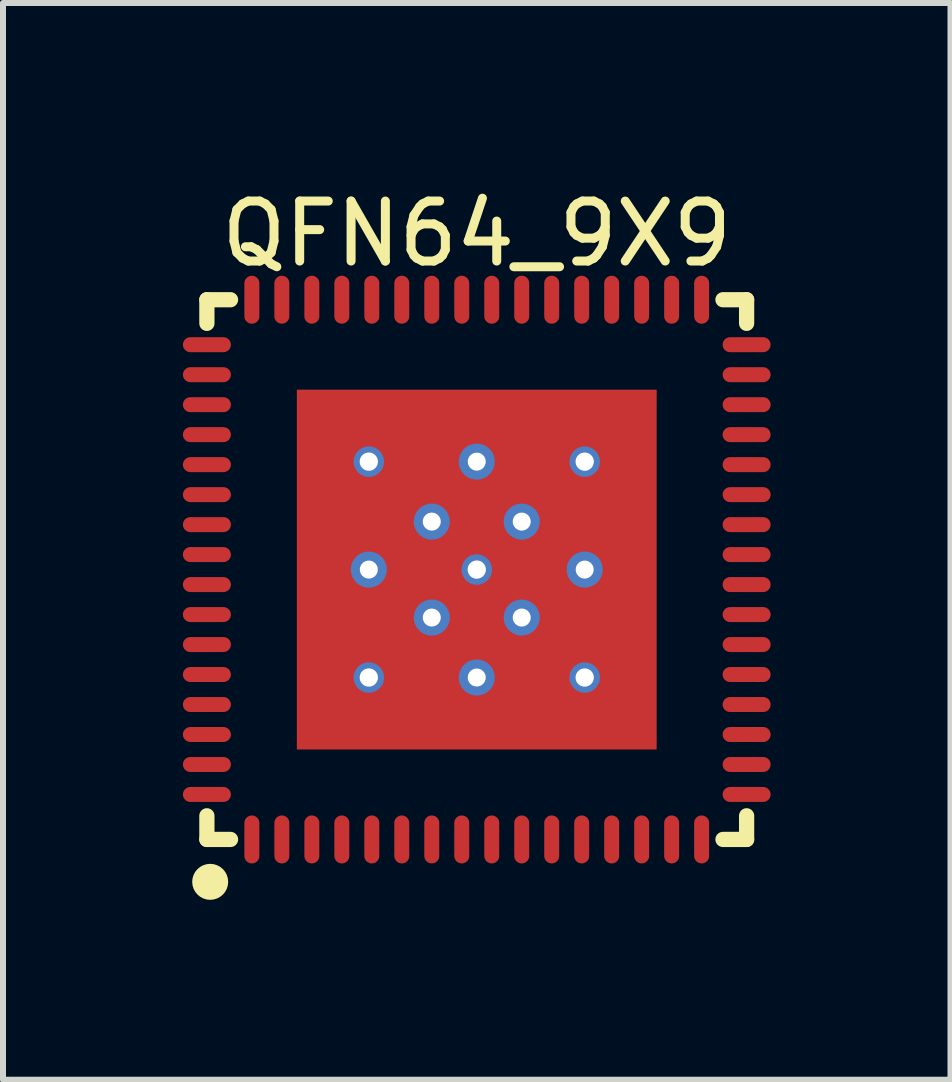
<source format=kicad_pcb>
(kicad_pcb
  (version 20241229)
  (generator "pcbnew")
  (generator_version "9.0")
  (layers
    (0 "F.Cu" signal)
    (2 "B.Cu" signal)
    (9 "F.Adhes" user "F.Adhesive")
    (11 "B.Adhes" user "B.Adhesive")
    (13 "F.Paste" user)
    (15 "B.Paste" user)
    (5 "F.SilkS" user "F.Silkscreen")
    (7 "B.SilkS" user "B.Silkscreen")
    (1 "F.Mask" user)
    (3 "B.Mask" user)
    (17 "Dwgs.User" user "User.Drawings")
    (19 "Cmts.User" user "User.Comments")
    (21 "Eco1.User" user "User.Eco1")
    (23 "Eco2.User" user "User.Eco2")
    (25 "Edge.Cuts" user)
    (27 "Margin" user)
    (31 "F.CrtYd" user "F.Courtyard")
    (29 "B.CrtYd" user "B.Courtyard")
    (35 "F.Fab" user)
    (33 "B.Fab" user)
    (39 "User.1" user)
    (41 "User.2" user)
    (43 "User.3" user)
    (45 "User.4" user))
  (footprint "QFN64_9X9"
    (layer "F.Cu")
    (at 4.9 6.448)
    (property "Reference" "QFN64_9X9" (at -0.00013 -5.6 0) (layer "F.SilkS") (effects (font (size 1 1) (thickness 0.15))))
    (fp_line (start -4.5 -4.5) (end -4.106 -4.5) (stroke (width 0.254) (type solid)) (layer "F.SilkS"))
    (fp_line (start -4.5 -4.106) (end -4.5 -4.5) (stroke (width 0.254) (type solid)) (layer "F.SilkS"))
    (fp_line (start -4.5 4.5) (end -4.5 4.106) (stroke (width 0.254) (type solid)) (layer "F.SilkS"))
    (fp_line (start -4.5 4.5) (end -4.106 4.5) (stroke (width 0.254) (type solid)) (layer "F.SilkS"))
    (fp_line (start 4.106 -4.5) (end 4.5 -4.5) (stroke (width 0.254) (type solid)) (layer "F.SilkS"))
    (fp_line (start 4.106 4.5) (end 4.5 4.5) (stroke (width 0.254) (type solid)) (layer "F.SilkS"))
    (fp_line (start 4.5 -4.106) (end 4.5 -4.5) (stroke (width 0.254) (type solid)) (layer "F.SilkS"))
    (fp_line (start 4.5 4.5) (end 4.5 4.106) (stroke (width 0.254) (type solid)) (layer "F.SilkS"))
    (fp_arc (start -4.443469 5.057008) (mid -4.445 5.357) (end -4.44653 5.057008) (stroke (width 0.3) (type solid)) (layer "F.SilkS"))
    (fp_line (start -4.5 -4.5) (end 4.5 -4.5) (stroke (width 0.051) (type solid)) (layer "Eco2.User"))
    (fp_line (start -4.5 4.5) (end -4.5 -4.5) (stroke (width 0.051) (type solid)) (layer "Eco2.User"))
    (fp_line (start -4.5 4.5) (end 4.5 4.5) (stroke (width 0.051) (type solid)) (layer "Eco2.User"))
    (fp_line (start 4.5 4.5) (end 4.5 -4.5) (stroke (width 0.051) (type solid)) (layer "Eco2.User"))
    (fp_poly (pts (xy -4.5 -3.87) (xy -4.1 -3.87) (xy -4.1 -3.63) (xy -4.5 -3.63)) (stroke (width 0.1) (type default)) (fill no) (layer "Eco2.User"))
    (fp_poly (pts (xy -4.5 -3.37) (xy -4.1 -3.37) (xy -4.1 -3.13) (xy -4.5 -3.13)) (stroke (width 0.1) (type default)) (fill no) (layer "Eco2.User"))
    (fp_poly (pts (xy -4.5 -2.87) (xy -4.1 -2.87) (xy -4.1 -2.63) (xy -4.5 -2.63)) (stroke (width 0.1) (type default)) (fill no) (layer "Eco2.User"))
    (fp_poly (pts (xy -4.5 -2.37) (xy -4.1 -2.37) (xy -4.1 -2.13) (xy -4.5 -2.13)) (stroke (width 0.1) (type default)) (fill no) (layer "Eco2.User"))
    (fp_poly (pts (xy -4.5 -1.87) (xy -4.1 -1.87) (xy -4.1 -1.63) (xy -4.5 -1.63)) (stroke (width 0.1) (type default)) (fill no) (layer "Eco2.User"))
    (fp_poly (pts (xy -4.5 -1.37) (xy -4.1 -1.37) (xy -4.1 -1.13) (xy -4.5 -1.13)) (stroke (width 0.1) (type default)) (fill no) (layer "Eco2.User"))
    (fp_poly (pts (xy -4.5 -0.87) (xy -4.1 -0.87) (xy -4.1 -0.63) (xy -4.5 -0.63)) (stroke (width 0.1) (type default)) (fill no) (layer "Eco2.User"))
    (fp_poly (pts (xy -4.5 -0.37) (xy -4.1 -0.37) (xy -4.1 -0.13) (xy -4.5 -0.13)) (stroke (width 0.1) (type default)) (fill no) (layer "Eco2.User"))
    (fp_poly (pts (xy -4.5 0.13) (xy -4.1 0.13) (xy -4.1 0.37) (xy -4.5 0.37)) (stroke (width 0.1) (type default)) (fill no) (layer "Eco2.User"))
    (fp_poly (pts (xy -4.5 0.63) (xy -4.1 0.63) (xy -4.1 0.87) (xy -4.5 0.87)) (stroke (width 0.1) (type default)) (fill no) (layer "Eco2.User"))
    (fp_poly (pts (xy -4.5 1.13) (xy -4.1 1.13) (xy -4.1 1.37) (xy -4.5 1.37)) (stroke (width 0.1) (type default)) (fill no) (layer "Eco2.User"))
    (fp_poly (pts (xy -4.5 1.63) (xy -4.1 1.63) (xy -4.1 1.87) (xy -4.5 1.87)) (stroke (width 0.1) (type default)) (fill no) (layer "Eco2.User"))
    (fp_poly (pts (xy -4.5 2.13) (xy -4.1 2.13) (xy -4.1 2.37) (xy -4.5 2.37)) (stroke (width 0.1) (type default)) (fill no) (layer "Eco2.User"))
    (fp_poly (pts (xy -4.5 2.63) (xy -4.1 2.63) (xy -4.1 2.87) (xy -4.5 2.87)) (stroke (width 0.1) (type default)) (fill no) (layer "Eco2.User"))
    (fp_poly (pts (xy -4.5 3.13) (xy -4.1 3.13) (xy -4.1 3.37) (xy -4.5 3.37)) (stroke (width 0.1) (type default)) (fill no) (layer "Eco2.User"))
    (fp_poly (pts (xy -4.5 3.63) (xy -4.1 3.63) (xy -4.1 3.87) (xy -4.5 3.87)) (stroke (width 0.1) (type default)) (fill no) (layer "Eco2.User"))
    (fp_poly (pts (xy -3.87 4.5) (xy -3.87 4.1) (xy -3.63 4.1) (xy -3.63 4.5)) (stroke (width 0.1) (type default)) (fill no) (layer "Eco2.User"))
    (fp_poly (pts (xy -3.63 -4.5) (xy -3.63 -4.1) (xy -3.87 -4.1) (xy -3.87 -4.5)) (stroke (width 0.1) (type default)) (fill no) (layer "Eco2.User"))
    (fp_poly (pts (xy -3.37 4.5) (xy -3.37 4.1) (xy -3.13 4.1) (xy -3.13 4.5)) (stroke (width 0.1) (type default)) (fill no) (layer "Eco2.User"))
    (fp_poly (pts (xy -3.13 -4.5) (xy -3.13 -4.1) (xy -3.37 -4.1) (xy -3.37 -4.5)) (stroke (width 0.1) (type default)) (fill no) (layer "Eco2.User"))
    (fp_poly (pts (xy -2.87 4.5) (xy -2.87 4.1) (xy -2.63 4.1) (xy -2.63 4.5)) (stroke (width 0.1) (type default)) (fill no) (layer "Eco2.User"))
    (fp_poly (pts (xy -2.63 -4.5) (xy -2.63 -4.1) (xy -2.87 -4.1) (xy -2.87 -4.5)) (stroke (width 0.1) (type default)) (fill no) (layer "Eco2.User"))
    (fp_poly (pts (xy -2.37 4.5) (xy -2.37 4.1) (xy -2.13 4.1) (xy -2.13 4.5)) (stroke (width 0.1) (type default)) (fill no) (layer "Eco2.User"))
    (fp_poly (pts (xy -2.13 -4.5) (xy -2.13 -4.1) (xy -2.37 -4.1) (xy -2.37 -4.5)) (stroke (width 0.1) (type default)) (fill no) (layer "Eco2.User"))
    (fp_poly (pts (xy -1.87 4.5) (xy -1.87 4.1) (xy -1.63 4.1) (xy -1.63 4.5)) (stroke (width 0.1) (type default)) (fill no) (layer "Eco2.User"))
    (fp_poly (pts (xy -1.63 -4.5) (xy -1.63 -4.1) (xy -1.87 -4.1) (xy -1.87 -4.5)) (stroke (width 0.1) (type default)) (fill no) (layer "Eco2.User"))
    (fp_poly (pts (xy -1.37 4.5) (xy -1.37 4.1) (xy -1.13 4.1) (xy -1.13 4.5)) (stroke (width 0.1) (type default)) (fill no) (layer "Eco2.User"))
    (fp_poly (pts (xy -1.13 -4.5) (xy -1.13 -4.1) (xy -1.37 -4.1) (xy -1.37 -4.5)) (stroke (width 0.1) (type default)) (fill no) (layer "Eco2.User"))
    (fp_poly (pts (xy -0.87 4.5) (xy -0.87 4.1) (xy -0.63 4.1) (xy -0.63 4.5)) (stroke (width 0.1) (type default)) (fill no) (layer "Eco2.User"))
    (fp_poly (pts (xy -0.63 -4.5) (xy -0.63 -4.1) (xy -0.87 -4.1) (xy -0.87 -4.5)) (stroke (width 0.1) (type default)) (fill no) (layer "Eco2.User"))
    (fp_poly (pts (xy -0.37 4.5) (xy -0.37 4.1) (xy -0.13 4.1) (xy -0.13 4.5)) (stroke (width 0.1) (type default)) (fill no) (layer "Eco2.User"))
    (fp_poly (pts (xy -0.13 -4.5) (xy -0.13 -4.1) (xy -0.37 -4.1) (xy -0.37 -4.5)) (stroke (width 0.1) (type default)) (fill no) (layer "Eco2.User"))
    (fp_poly (pts (xy 0.13 4.5) (xy 0.13 4.1) (xy 0.37 4.1) (xy 0.37 4.5)) (stroke (width 0.1) (type default)) (fill no) (layer "Eco2.User"))
    (fp_poly (pts (xy 0.37 -4.5) (xy 0.37 -4.1) (xy 0.13 -4.1) (xy 0.13 -4.5)) (stroke (width 0.1) (type default)) (fill no) (layer "Eco2.User"))
    (fp_poly (pts (xy 0.63 4.5) (xy 0.63 4.1) (xy 0.87 4.1) (xy 0.87 4.5)) (stroke (width 0.1) (type default)) (fill no) (layer "Eco2.User"))
    (fp_poly (pts (xy 0.87 -4.5) (xy 0.87 -4.1) (xy 0.63 -4.1) (xy 0.63 -4.5)) (stroke (width 0.1) (type default)) (fill no) (layer "Eco2.User"))
    (fp_poly (pts (xy 1.13 4.5) (xy 1.13 4.1) (xy 1.37 4.1) (xy 1.37 4.5)) (stroke (width 0.1) (type default)) (fill no) (layer "Eco2.User"))
    (fp_poly (pts (xy 1.37 -4.5) (xy 1.37 -4.1) (xy 1.13 -4.1) (xy 1.13 -4.5)) (stroke (width 0.1) (type default)) (fill no) (layer "Eco2.User"))
    (fp_poly (pts (xy 1.63 4.5) (xy 1.63 4.1) (xy 1.87 4.1) (xy 1.87 4.5)) (stroke (width 0.1) (type default)) (fill no) (layer "Eco2.User"))
    (fp_poly (pts (xy 1.87 -4.5) (xy 1.87 -4.1) (xy 1.63 -4.1) (xy 1.63 -4.5)) (stroke (width 0.1) (type default)) (fill no) (layer "Eco2.User"))
    (fp_poly (pts (xy 2.13 4.5) (xy 2.13 4.1) (xy 2.37 4.1) (xy 2.37 4.5)) (stroke (width 0.1) (type default)) (fill no) (layer "Eco2.User"))
    (fp_poly (pts (xy 2.37 -4.5) (xy 2.37 -4.1) (xy 2.13 -4.1) (xy 2.13 -4.5)) (stroke (width 0.1) (type default)) (fill no) (layer "Eco2.User"))
    (fp_poly (pts (xy 2.63 4.5) (xy 2.63 4.1) (xy 2.87 4.1) (xy 2.87 4.5)) (stroke (width 0.1) (type default)) (fill no) (layer "Eco2.User"))
    (fp_poly (pts (xy 2.87 -4.5) (xy 2.87 -4.1) (xy 2.63 -4.1) (xy 2.63 -4.5)) (stroke (width 0.1) (type default)) (fill no) (layer "Eco2.User"))
    (fp_poly (pts (xy 3.13 4.5) (xy 3.13 4.1) (xy 3.37 4.1) (xy 3.37 4.5)) (stroke (width 0.1) (type default)) (fill no) (layer "Eco2.User"))
    (fp_poly (pts (xy 3.37 -4.5) (xy 3.37 -4.1) (xy 3.13 -4.1) (xy 3.13 -4.5)) (stroke (width 0.1) (type default)) (fill no) (layer "Eco2.User"))
    (fp_poly (pts (xy 3.63 4.5) (xy 3.63 4.1) (xy 3.87 4.1) (xy 3.87 4.5)) (stroke (width 0.1) (type default)) (fill no) (layer "Eco2.User"))
    (fp_poly (pts (xy 3.87 -4.5) (xy 3.87 -4.1) (xy 3.63 -4.1) (xy 3.63 -4.5)) (stroke (width 0.1) (type default)) (fill no) (layer "Eco2.User"))
    (fp_poly (pts (xy 4.5 -3.63) (xy 4.1 -3.63) (xy 4.1 -3.87) (xy 4.5 -3.87)) (stroke (width 0.1) (type default)) (fill no) (layer "Eco2.User"))
    (fp_poly (pts (xy 4.5 -3.13) (xy 4.1 -3.13) (xy 4.1 -3.37) (xy 4.5 -3.37)) (stroke (width 0.1) (type default)) (fill no) (layer "Eco2.User"))
    (fp_poly (pts (xy 4.5 -2.63) (xy 4.1 -2.63) (xy 4.1 -2.87) (xy 4.5 -2.87)) (stroke (width 0.1) (type default)) (fill no) (layer "Eco2.User"))
    (fp_poly (pts (xy 4.5 -2.13) (xy 4.1 -2.13) (xy 4.1 -2.37) (xy 4.5 -2.37)) (stroke (width 0.1) (type default)) (fill no) (layer "Eco2.User"))
    (fp_poly (pts (xy 4.5 -1.63) (xy 4.1 -1.63) (xy 4.1 -1.87) (xy 4.5 -1.87)) (stroke (width 0.1) (type default)) (fill no) (layer "Eco2.User"))
    (fp_poly (pts (xy 4.5 -1.13) (xy 4.1 -1.13) (xy 4.1 -1.37) (xy 4.5 -1.37)) (stroke (width 0.1) (type default)) (fill no) (layer "Eco2.User"))
    (fp_poly (pts (xy 4.5 -0.63) (xy 4.1 -0.63) (xy 4.1 -0.87) (xy 4.5 -0.87)) (stroke (width 0.1) (type default)) (fill no) (layer "Eco2.User"))
    (fp_poly (pts (xy 4.5 -0.13) (xy 4.1 -0.13) (xy 4.1 -0.37) (xy 4.5 -0.37)) (stroke (width 0.1) (type default)) (fill no) (layer "Eco2.User"))
    (fp_poly (pts (xy 4.5 0.37) (xy 4.1 0.37) (xy 4.1 0.13) (xy 4.5 0.13)) (stroke (width 0.1) (type default)) (fill no) (layer "Eco2.User"))
    (fp_poly (pts (xy 4.5 0.87) (xy 4.1 0.87) (xy 4.1 0.63) (xy 4.5 0.63)) (stroke (width 0.1) (type default)) (fill no) (layer "Eco2.User"))
    (fp_poly (pts (xy 4.5 1.37) (xy 4.1 1.37) (xy 4.1 1.13) (xy 4.5 1.13)) (stroke (width 0.1) (type default)) (fill no) (layer "Eco2.User"))
    (fp_poly (pts (xy 4.5 1.87) (xy 4.1 1.87) (xy 4.1 1.63) (xy 4.5 1.63)) (stroke (width 0.1) (type default)) (fill no) (layer "Eco2.User"))
    (fp_poly (pts (xy 4.5 2.37) (xy 4.1 2.37) (xy 4.1 2.13) (xy 4.5 2.13)) (stroke (width 0.1) (type default)) (fill no) (layer "Eco2.User"))
    (fp_poly (pts (xy 4.5 2.87) (xy 4.1 2.87) (xy 4.1 2.63) (xy 4.5 2.63)) (stroke (width 0.1) (type default)) (fill no) (layer "Eco2.User"))
    (fp_poly (pts (xy 4.5 3.37) (xy 4.1 3.37) (xy 4.1 3.13) (xy 4.5 3.13)) (stroke (width 0.1) (type default)) (fill no) (layer "Eco2.User"))
    (fp_poly (pts (xy 4.5 3.87) (xy 4.1 3.87) (xy 4.1 3.63) (xy 4.5 3.63)) (stroke (width 0.1) (type default)) (fill no) (layer "Eco2.User"))
    (fp_poly (pts (xy -4.5 4.56) (xy -4.475 4.56) (xy -4.44 4.525) (xy -4.44 4.475) (xy -4.475 4.44) (xy -4.5 4.44) (xy -4.525 4.44) (xy -4.56 4.475) (xy -4.56 4.525) (xy -4.525 4.56)) (stroke (width 0.1) (type default)) (fill no) (layer "Eco2.User"))
    (fp_circle (center -3.77 4.92) (end -3.77 4.72) (stroke (width 0.4) (type solid)) (fill no) (layer "User.6"))
    (pad "0" thru_hole circle (at -1.8 -1.8) (size 0.508 0.508) (drill 0.305) (layers "*.Cu" "*.Mask"))
    (pad "0" thru_hole circle (at -1.8 0) (size 0.6 0.6) (drill 0.3) (layers "*.Cu"))
    (pad "0" thru_hole circle (at -1.8 1.8) (size 0.508 0.508) (drill 0.305) (layers "*.Cu" "*.Mask"))
    (pad "0" thru_hole circle (at -0.75 0.8) (size 0.6 0.6) (drill 0.3) (layers "*.Cu" "*.Mask"))
    (pad "0" thru_hole circle (at -0.75 -0.8) (size 0.6 0.6) (drill 0.3) (layers "*.Cu" "*.Mask"))
    (pad "0" thru_hole circle (at 0 -1.8) (size 0.6 0.6) (drill 0.3) (layers "*.Cu"))
    (pad "0" thru_hole circle (at 0 0) (size 0.508 0.508) (drill 0.305) (layers "*.Cu" "*.Mask"))
    (pad "0" smd rect (at 0 0) (size 6 6) (layers "F.Cu" "F.Mask" "F.Paste"))
    (pad "0" thru_hole circle (at 0 1.8) (size 0.6 0.6) (drill 0.3) (layers "*.Cu"))
    (pad "0" thru_hole circle (at 0.75 -0.8) (size 0.6 0.6) (drill 0.3) (layers "*.Cu" "*.Mask"))
    (pad "0" thru_hole circle (at 0.75 0.8) (size 0.6 0.6) (drill 0.3) (layers "*.Cu" "*.Mask"))
    (pad "0" thru_hole circle (at 1.8 -1.8) (size 0.508 0.508) (drill 0.305) (layers "*.Cu" "*.Mask"))
    (pad "0" thru_hole circle (at 1.8 0) (size 0.6 0.6) (drill 0.3) (layers "*.Cu"))
    (pad "0" thru_hole circle (at 1.8 1.8) (size 0.508 0.508) (drill 0.305) (layers "*.Cu" "*.Mask"))
    (pad "1" smd oval (at -3.75 4.5 90) (size 0.8 0.25) (layers "F.Cu" "F.Mask" "F.Paste"))
    (pad "2" smd oval (at -3.25 4.5 90) (size 0.8 0.25) (layers "F.Cu" "F.Mask" "F.Paste"))
    (pad "3" smd oval (at -2.75 4.5 90) (size 0.8 0.25) (layers "F.Cu" "F.Mask" "F.Paste"))
    (pad "4" smd oval (at -2.25 4.5 90) (size 0.8 0.25) (layers "F.Cu" "F.Mask" "F.Paste"))
    (pad "5" smd oval (at -1.75 4.5 90) (size 0.8 0.25) (layers "F.Cu" "F.Mask" "F.Paste"))
    (pad "6" smd oval (at -1.25 4.5 90) (size 0.8 0.25) (layers "F.Cu" "F.Mask" "F.Paste"))
    (pad "7" smd oval (at -0.75 4.5 90) (size 0.8 0.25) (layers "F.Cu" "F.Mask" "F.Paste"))
    (pad "8" smd oval (at -0.25 4.5 90) (size 0.8 0.25) (layers "F.Cu" "F.Mask" "F.Paste"))
    (pad "9" smd oval (at 0.25 4.5 90) (size 0.8 0.25) (layers "F.Cu" "F.Mask" "F.Paste"))
    (pad "10" smd oval (at 0.75 4.5 90) (size 0.8 0.25) (layers "F.Cu" "F.Mask" "F.Paste"))
    (pad "11" smd oval (at 1.25 4.5 90) (size 0.8 0.25) (layers "F.Cu" "F.Mask" "F.Paste"))
    (pad "12" smd oval (at 1.75 4.5 90) (size 0.8 0.25) (layers "F.Cu" "F.Mask" "F.Paste"))
    (pad "13" smd oval (at 2.25 4.5 90) (size 0.8 0.25) (layers "F.Cu" "F.Mask" "F.Paste"))
    (pad "14" smd oval (at 2.75 4.5 90) (size 0.8 0.25) (layers "F.Cu" "F.Mask" "F.Paste"))
    (pad "15" smd oval (at 3.25 4.5 90) (size 0.8 0.25) (layers "F.Cu" "F.Mask" "F.Paste"))
    (pad "16" smd oval (at 3.75 4.5 90) (size 0.8 0.25) (layers "F.Cu" "F.Mask" "F.Paste"))
    (pad "17" smd oval (at 4.5 3.75) (size 0.8 0.25) (layers "F.Cu" "F.Mask" "F.Paste"))
    (pad "18" smd oval (at 4.5 3.25) (size 0.8 0.25) (layers "F.Cu" "F.Mask" "F.Paste"))
    (pad "19" smd oval (at 4.5 2.75) (size 0.8 0.25) (layers "F.Cu" "F.Mask" "F.Paste"))
    (pad "20" smd oval (at 4.5 2.25) (size 0.8 0.25) (layers "F.Cu" "F.Mask" "F.Paste"))
    (pad "21" smd oval (at 4.5 1.75) (size 0.8 0.25) (layers "F.Cu" "F.Mask" "F.Paste"))
    (pad "22" smd oval (at 4.5 1.25) (size 0.8 0.25) (layers "F.Cu" "F.Mask" "F.Paste"))
    (pad "23" smd oval (at 4.5 0.75) (size 0.8 0.25) (layers "F.Cu" "F.Mask" "F.Paste"))
    (pad "24" smd oval (at 4.5 0.25) (size 0.8 0.25) (layers "F.Cu" "F.Mask" "F.Paste"))
    (pad "25" smd oval (at 4.5 -0.25) (size 0.8 0.25) (layers "F.Cu" "F.Mask" "F.Paste"))
    (pad "26" smd oval (at 4.5 -0.75) (size 0.8 0.25) (layers "F.Cu" "F.Mask" "F.Paste"))
    (pad "27" smd oval (at 4.5 -1.25) (size 0.8 0.25) (layers "F.Cu" "F.Mask" "F.Paste"))
    (pad "28" smd oval (at 4.5 -1.75) (size 0.8 0.25) (layers "F.Cu" "F.Mask" "F.Paste"))
    (pad "29" smd oval (at 4.5 -2.25) (size 0.8 0.25) (layers "F.Cu" "F.Mask" "F.Paste"))
    (pad "30" smd oval (at 4.5 -2.75) (size 0.8 0.25) (layers "F.Cu" "F.Mask" "F.Paste"))
    (pad "31" smd oval (at 4.5 -3.25) (size 0.8 0.25) (layers "F.Cu" "F.Mask" "F.Paste"))
    (pad "32" smd oval (at 4.5 -3.75) (size 0.8 0.25) (layers "F.Cu" "F.Mask" "F.Paste"))
    (pad "33" smd oval (at 3.75 -4.5 90) (size 0.8 0.25) (layers "F.Cu" "F.Mask" "F.Paste"))
    (pad "34" smd oval (at 3.25 -4.5 90) (size 0.8 0.25) (layers "F.Cu" "F.Mask" "F.Paste"))
    (pad "35" smd oval (at 2.75 -4.5 90) (size 0.8 0.25) (layers "F.Cu" "F.Mask" "F.Paste"))
    (pad "36" smd oval (at 2.25 -4.5 90) (size 0.8 0.25) (layers "F.Cu" "F.Mask" "F.Paste"))
    (pad "37" smd oval (at 1.75 -4.5 90) (size 0.8 0.25) (layers "F.Cu" "F.Mask" "F.Paste"))
    (pad "38" smd oval (at 1.25 -4.5 90) (size 0.8 0.25) (layers "F.Cu" "F.Mask" "F.Paste"))
    (pad "39" smd oval (at 0.75 -4.5 90) (size 0.8 0.25) (layers "F.Cu" "F.Mask" "F.Paste"))
    (pad "40" smd oval (at 0.25 -4.5 90) (size 0.8 0.25) (layers "F.Cu" "F.Mask" "F.Paste"))
    (pad "41" smd oval (at -0.25 -4.5 90) (size 0.8 0.25) (layers "F.Cu" "F.Mask" "F.Paste"))
    (pad "42" smd oval (at -0.75 -4.5 90) (size 0.8 0.25) (layers "F.Cu" "F.Mask" "F.Paste"))
    (pad "43" smd oval (at -1.25 -4.5 90) (size 0.8 0.25) (layers "F.Cu" "F.Mask" "F.Paste"))
    (pad "44" smd oval (at -1.75 -4.5 90) (size 0.8 0.25) (layers "F.Cu" "F.Mask" "F.Paste"))
    (pad "45" smd oval (at -2.25 -4.5 90) (size 0.8 0.25) (layers "F.Cu" "F.Mask" "F.Paste"))
    (pad "46" smd oval (at -2.75 -4.5 90) (size 0.8 0.25) (layers "F.Cu" "F.Mask" "F.Paste"))
    (pad "47" smd oval (at -3.25 -4.5 90) (size 0.8 0.25) (layers "F.Cu" "F.Mask" "F.Paste"))
    (pad "48" smd oval (at -3.75 -4.5 90) (size 0.8 0.25) (layers "F.Cu" "F.Mask" "F.Paste"))
    (pad "49" smd oval (at -4.5 -3.75) (size 0.8 0.25) (layers "F.Cu" "F.Mask" "F.Paste"))
    (pad "50" smd oval (at -4.5 -3.25) (size 0.8 0.25) (layers "F.Cu" "F.Mask" "F.Paste"))
    (pad "51" smd oval (at -4.5 -2.75) (size 0.8 0.25) (layers "F.Cu" "F.Mask" "F.Paste"))
    (pad "52" smd oval (at -4.5 -2.25) (size 0.8 0.25) (layers "F.Cu" "F.Mask" "F.Paste"))
    (pad "53" smd oval (at -4.5 -1.75) (size 0.8 0.25) (layers "F.Cu" "F.Mask" "F.Paste"))
    (pad "54" smd oval (at -4.5 -1.25) (size 0.8 0.25) (layers "F.Cu" "F.Mask" "F.Paste"))
    (pad "55" smd oval (at -4.5 -0.75) (size 0.8 0.25) (layers "F.Cu" "F.Mask" "F.Paste"))
    (pad "56" smd oval (at -4.5 -0.25) (size 0.8 0.25) (layers "F.Cu" "F.Mask" "F.Paste"))
    (pad "57" smd oval (at -4.5 0.25) (size 0.8 0.25) (layers "F.Cu" "F.Mask" "F.Paste"))
    (pad "58" smd oval (at -4.5 0.75) (size 0.8 0.25) (layers "F.Cu" "F.Mask" "F.Paste"))
    (pad "59" smd oval (at -4.5 1.25) (size 0.8 0.25) (layers "F.Cu" "F.Mask" "F.Paste"))
    (pad "60" smd oval (at -4.5 1.75) (size 0.8 0.25) (layers "F.Cu" "F.Mask" "F.Paste"))
    (pad "61" smd oval (at -4.5 2.25) (size 0.8 0.25) (layers "F.Cu" "F.Mask" "F.Paste"))
    (pad "62" smd oval (at -4.5 2.75) (size 0.8 0.25) (layers "F.Cu" "F.Mask" "F.Paste"))
    (pad "63" smd oval (at -4.5 3.25) (size 0.8 0.25) (layers "F.Cu" "F.Mask" "F.Paste"))
    (pad "64" smd oval (at -4.5 3.75) (size 0.8 0.25) (layers "F.Cu" "F.Mask" "F.Paste")))
  (gr_rect
    (start -3 -3)
    (end 12.8 14.955)
    (stroke (width 0.1) (type default))
    (fill no)
    (layer "Edge.Cuts")))
</source>
